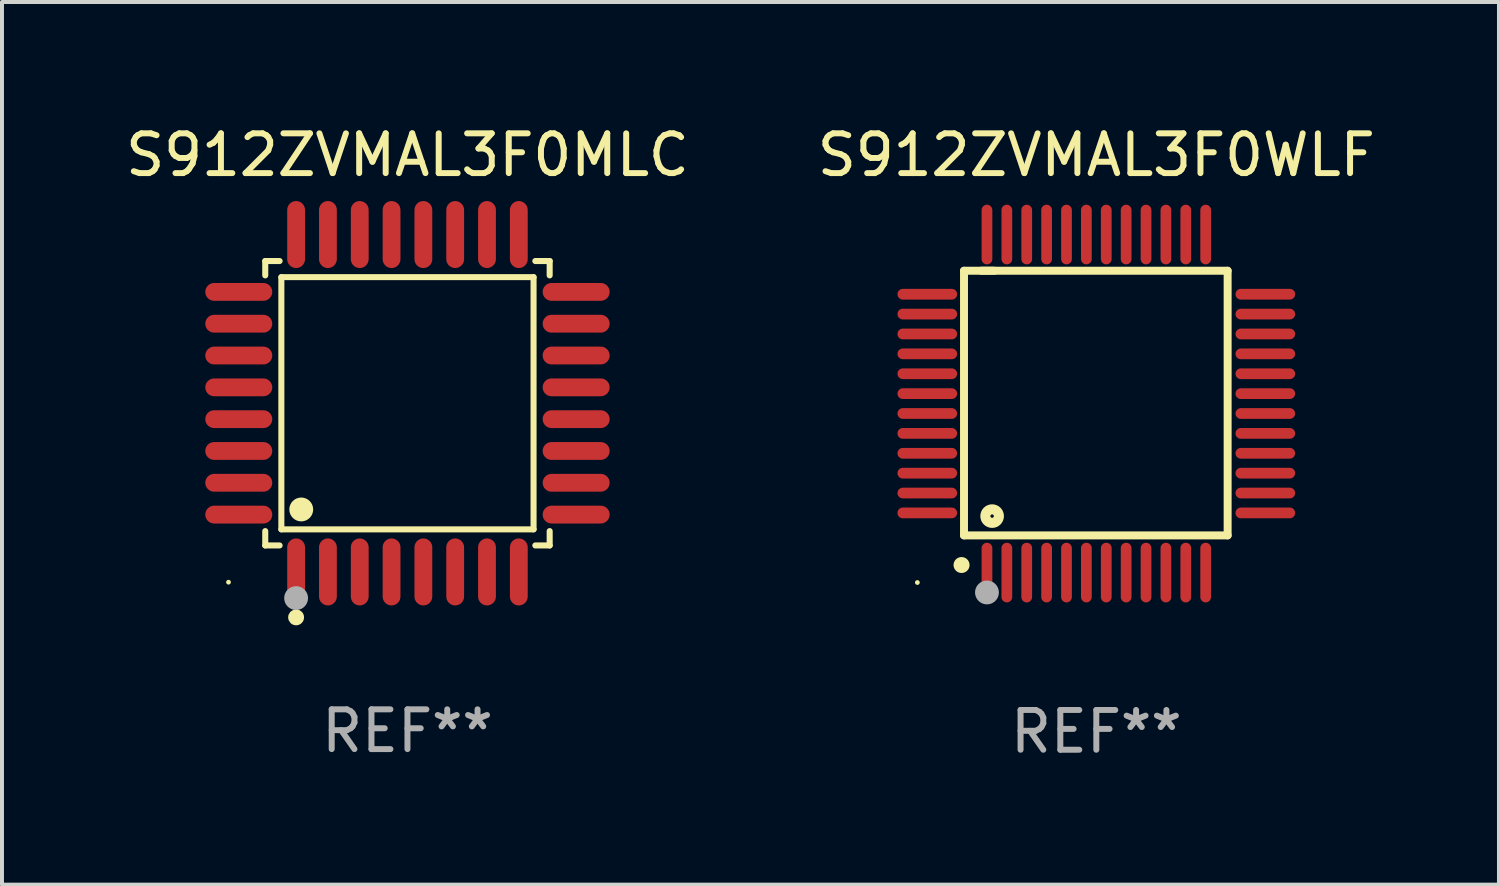
<source format=kicad_pcb>
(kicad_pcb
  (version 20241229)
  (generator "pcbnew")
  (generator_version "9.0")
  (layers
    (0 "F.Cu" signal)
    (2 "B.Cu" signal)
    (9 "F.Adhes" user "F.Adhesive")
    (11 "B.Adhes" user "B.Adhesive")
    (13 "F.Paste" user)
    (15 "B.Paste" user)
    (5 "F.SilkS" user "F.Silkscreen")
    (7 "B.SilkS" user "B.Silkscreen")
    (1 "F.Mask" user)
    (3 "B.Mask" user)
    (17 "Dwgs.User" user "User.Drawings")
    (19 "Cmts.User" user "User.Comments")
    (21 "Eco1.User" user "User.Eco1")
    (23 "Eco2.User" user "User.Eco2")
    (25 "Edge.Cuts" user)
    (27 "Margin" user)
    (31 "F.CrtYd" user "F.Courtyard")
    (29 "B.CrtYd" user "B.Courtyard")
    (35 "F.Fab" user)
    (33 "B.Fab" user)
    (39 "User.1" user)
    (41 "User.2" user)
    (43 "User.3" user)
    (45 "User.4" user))
  (footprint "S912ZVMAL3F0MLC"
    (layer "F.Cu")
    (at 7.196 7.09)
    (property "Reference" "S912ZVMAL3F0MLC" (at 0 -6.242 0) (layer "F.SilkS") (effects (font (size 1 1) (thickness 0.15))))
    (attr through_hole)
    (fp_line (start -3.576 -3.576) (end -3.215 -3.576) (stroke (width 0.152) (type solid)) (layer "F.SilkS"))
    (fp_line (start -3.576 -3.215) (end -3.576 -3.576) (stroke (width 0.152) (type solid)) (layer "F.SilkS"))
    (fp_line (start -3.576 3.215) (end -3.576 3.576) (stroke (width 0.152) (type solid)) (layer "F.SilkS"))
    (fp_line (start -3.576 3.576) (end -3.215 3.576) (stroke (width 0.152) (type solid)) (layer "F.SilkS"))
    (fp_line (start -3.171 -3.171) (end 3.171 -3.171) (stroke (width 0.152) (type solid)) (layer "F.SilkS"))
    (fp_line (start -3.171 3.171) (end -3.171 -3.171) (stroke (width 0.152) (type solid)) (layer "F.SilkS"))
    (fp_line (start 3.171 -3.171) (end 3.171 3.171) (stroke (width 0.152) (type solid)) (layer "F.SilkS"))
    (fp_line (start 3.171 3.171) (end -3.171 3.171) (stroke (width 0.152) (type solid)) (layer "F.SilkS"))
    (fp_line (start 3.576 -3.576) (end 3.215 -3.576) (stroke (width 0.152) (type solid)) (layer "F.SilkS"))
    (fp_line (start 3.576 -3.215) (end 3.576 -3.576) (stroke (width 0.152) (type solid)) (layer "F.SilkS"))
    (fp_line (start 3.576 3.215) (end 3.576 3.576) (stroke (width 0.152) (type solid)) (layer "F.SilkS"))
    (fp_line (start 3.576 3.576) (end 3.215 3.576) (stroke (width 0.152) (type solid)) (layer "F.SilkS"))
    (fp_circle (center -4.5 4.5) (end -4.47 4.5) (stroke (width 0.06) (type solid)) (fill no) (layer "F.SilkS"))
    (fp_circle (center -2.8 5.384) (end -2.7 5.384) (stroke (width 0.2) (type solid)) (fill no) (layer "F.SilkS"))
    (fp_circle (center -2.671 2.671) (end -2.521 2.671) (stroke (width 0.3) (type solid)) (fill no) (layer "F.SilkS"))
    (fp_circle (center -2.8 4.9) (end -2.65 4.9) (stroke (width 0.3) (type solid)) (fill no) (layer "F.Fab"))
    (fp_text user "REF**" (at 0 8.242 0) (layer "F.Fab") (effects (font (size 1 1) (thickness 0.15))))
    (pad "1" smd oval (at -2.8 4.242) (size 0.448 1.684) (layers "F.Cu" "F.Mask" "F.Paste"))
    (pad "2" smd oval (at -2 4.242) (size 0.448 1.684) (layers "F.Cu" "F.Mask" "F.Paste"))
    (pad "3" smd oval (at -1.2 4.242) (size 0.448 1.684) (layers "F.Cu" "F.Mask" "F.Paste"))
    (pad "4" smd oval (at -0.4 4.242) (size 0.448 1.684) (layers "F.Cu" "F.Mask" "F.Paste"))
    (pad "5" smd oval (at 0.4 4.242) (size 0.448 1.684) (layers "F.Cu" "F.Mask" "F.Paste"))
    (pad "6" smd oval (at 1.2 4.242) (size 0.448 1.684) (layers "F.Cu" "F.Mask" "F.Paste"))
    (pad "7" smd oval (at 2 4.242) (size 0.448 1.684) (layers "F.Cu" "F.Mask" "F.Paste"))
    (pad "8" smd oval (at 2.8 4.242) (size 0.448 1.684) (layers "F.Cu" "F.Mask" "F.Paste"))
    (pad "9" smd oval (at 4.242 2.8) (size 1.684 0.448) (layers "F.Cu" "F.Mask" "F.Paste"))
    (pad "10" smd oval (at 4.242 2) (size 1.684 0.448) (layers "F.Cu" "F.Mask" "F.Paste"))
    (pad "11" smd oval (at 4.242 1.2) (size 1.684 0.448) (layers "F.Cu" "F.Mask" "F.Paste"))
    (pad "12" smd oval (at 4.242 0.4) (size 1.684 0.448) (layers "F.Cu" "F.Mask" "F.Paste"))
    (pad "13" smd oval (at 4.242 -0.4) (size 1.684 0.448) (layers "F.Cu" "F.Mask" "F.Paste"))
    (pad "14" smd oval (at 4.242 -1.2) (size 1.684 0.448) (layers "F.Cu" "F.Mask" "F.Paste"))
    (pad "15" smd oval (at 4.242 -2) (size 1.684 0.448) (layers "F.Cu" "F.Mask" "F.Paste"))
    (pad "16" smd oval (at 4.242 -2.8) (size 1.684 0.448) (layers "F.Cu" "F.Mask" "F.Paste"))
    (pad "17" smd oval (at 2.8 -4.242) (size 0.448 1.684) (layers "F.Cu" "F.Mask" "F.Paste"))
    (pad "18" smd oval (at 2 -4.242) (size 0.448 1.684) (layers "F.Cu" "F.Mask" "F.Paste"))
    (pad "19" smd oval (at 1.2 -4.242) (size 0.448 1.684) (layers "F.Cu" "F.Mask" "F.Paste"))
    (pad "20" smd oval (at 0.4 -4.242) (size 0.448 1.684) (layers "F.Cu" "F.Mask" "F.Paste"))
    (pad "21" smd oval (at -0.4 -4.242) (size 0.448 1.684) (layers "F.Cu" "F.Mask" "F.Paste"))
    (pad "22" smd oval (at -1.2 -4.242) (size 0.448 1.684) (layers "F.Cu" "F.Mask" "F.Paste"))
    (pad "23" smd oval (at -2 -4.242) (size 0.448 1.684) (layers "F.Cu" "F.Mask" "F.Paste"))
    (pad "24" smd oval (at -2.8 -4.242) (size 0.448 1.684) (layers "F.Cu" "F.Mask" "F.Paste"))
    (pad "25" smd oval (at -4.242 -2.8) (size 1.684 0.448) (layers "F.Cu" "F.Mask" "F.Paste"))
    (pad "26" smd oval (at -4.242 -2) (size 1.684 0.448) (layers "F.Cu" "F.Mask" "F.Paste"))
    (pad "27" smd oval (at -4.242 -1.2) (size 1.684 0.448) (layers "F.Cu" "F.Mask" "F.Paste"))
    (pad "28" smd oval (at -4.242 -0.4) (size 1.684 0.448) (layers "F.Cu" "F.Mask" "F.Paste"))
    (pad "29" smd oval (at -4.242 0.4) (size 1.684 0.448) (layers "F.Cu" "F.Mask" "F.Paste"))
    (pad "30" smd oval (at -4.242 1.2) (size 1.684 0.448) (layers "F.Cu" "F.Mask" "F.Paste"))
    (pad "31" smd oval (at -4.242 2) (size 1.684 0.448) (layers "F.Cu" "F.Mask" "F.Paste"))
    (pad "32" smd oval (at -4.242 2.8) (size 1.684 0.448) (layers "F.Cu" "F.Mask" "F.Paste")))
  (footprint "S912ZVMAL3F0WLF"
    (layer "F.Cu")
    (at 24.518 7.098)
    (property "Reference" "S912ZVMAL3F0WLF" (at 0 -6.25 0) (layer "F.SilkS") (effects (font (size 1 1) (thickness 0.15))))
    (attr through_hole)
    (fp_line (start -3.327 -3.34) (end -2.565 -3.34) (stroke (width 0.2) (type solid)) (layer "F.SilkS"))
    (fp_line (start -3.327 3.315) (end -3.327 -3.34) (stroke (width 0.2) (type solid)) (layer "F.SilkS"))
    (fp_line (start -2.896 -3.34) (end 3.302 -3.34) (stroke (width 0.2) (type solid)) (layer "F.SilkS"))
    (fp_line (start 3.302 -3.34) (end 3.302 3.315) (stroke (width 0.2) (type solid)) (layer "F.SilkS"))
    (fp_line (start 3.302 3.315) (end -3.327 3.315) (stroke (width 0.2) (type solid)) (layer "F.SilkS"))
    (fp_arc (start -3.389992 4.059995) (mid -3.388722 4.059991) (end -3.387452 4.059995) (stroke (width 0.4) (type solid)) (layer "F.SilkS"))
    (fp_circle (center -4.5 4.5) (end -4.47 4.5) (stroke (width 0.06) (type solid)) (fill no) (layer "F.SilkS"))
    (fp_circle (center -2.62 2.83) (end -2.45 2.83) (stroke (width 0.254) (type solid)) (fill no) (layer "F.SilkS"))
    (fp_circle (center -2.75 4.75) (end -2.6 4.75) (stroke (width 0.3) (type solid)) (fill no) (layer "F.Fab"))
    (fp_text user "REF**" (at 0 8.25 0) (layer "F.Fab") (effects (font (size 1 1) (thickness 0.15))))
    (pad "1" smd oval (at -2.75 4.25) (size 0.27 1.5) (layers "F.Cu" "F.Mask" "F.Paste"))
    (pad "2" smd oval (at -2.25 4.25) (size 0.27 1.5) (layers "F.Cu" "F.Mask" "F.Paste"))
    (pad "3" smd oval (at -1.75 4.25) (size 0.27 1.5) (layers "F.Cu" "F.Mask" "F.Paste"))
    (pad "4" smd oval (at -1.25 4.25) (size 0.27 1.5) (layers "F.Cu" "F.Mask" "F.Paste"))
    (pad "5" smd oval (at -0.75 4.25) (size 0.27 1.5) (layers "F.Cu" "F.Mask" "F.Paste"))
    (pad "6" smd oval (at -0.25 4.25) (size 0.27 1.5) (layers "F.Cu" "F.Mask" "F.Paste"))
    (pad "7" smd oval (at 0.25 4.25) (size 0.27 1.5) (layers "F.Cu" "F.Mask" "F.Paste"))
    (pad "8" smd oval (at 0.75 4.25) (size 0.27 1.5) (layers "F.Cu" "F.Mask" "F.Paste"))
    (pad "9" smd oval (at 1.25 4.25) (size 0.27 1.5) (layers "F.Cu" "F.Mask" "F.Paste"))
    (pad "10" smd oval (at 1.75 4.25) (size 0.27 1.5) (layers "F.Cu" "F.Mask" "F.Paste"))
    (pad "11" smd oval (at 2.25 4.25) (size 0.27 1.5) (layers "F.Cu" "F.Mask" "F.Paste"))
    (pad "12" smd oval (at 2.75 4.25) (size 0.27 1.5) (layers "F.Cu" "F.Mask" "F.Paste"))
    (pad "13" smd oval (at 4.25 2.75) (size 1.5 0.27) (layers "F.Cu" "F.Mask" "F.Paste"))
    (pad "14" smd oval (at 4.25 2.25) (size 1.5 0.27) (layers "F.Cu" "F.Mask" "F.Paste"))
    (pad "15" smd oval (at 4.25 1.75) (size 1.5 0.27) (layers "F.Cu" "F.Mask" "F.Paste"))
    (pad "16" smd oval (at 4.25 1.25) (size 1.5 0.27) (layers "F.Cu" "F.Mask" "F.Paste"))
    (pad "17" smd oval (at 4.25 0.75) (size 1.5 0.27) (layers "F.Cu" "F.Mask" "F.Paste"))
    (pad "18" smd oval (at 4.25 0.25) (size 1.5 0.27) (layers "F.Cu" "F.Mask" "F.Paste"))
    (pad "19" smd oval (at 4.25 -0.25) (size 1.5 0.27) (layers "F.Cu" "F.Mask" "F.Paste"))
    (pad "20" smd oval (at 4.25 -0.75) (size 1.5 0.27) (layers "F.Cu" "F.Mask" "F.Paste"))
    (pad "21" smd oval (at 4.25 -1.25) (size 1.5 0.27) (layers "F.Cu" "F.Mask" "F.Paste"))
    (pad "22" smd oval (at 4.25 -1.75) (size 1.5 0.27) (layers "F.Cu" "F.Mask" "F.Paste"))
    (pad "23" smd oval (at 4.25 -2.25) (size 1.5 0.27) (layers "F.Cu" "F.Mask" "F.Paste"))
    (pad "24" smd oval (at 4.25 -2.75) (size 1.5 0.27) (layers "F.Cu" "F.Mask" "F.Paste"))
    (pad "25" smd oval (at 2.75 -4.25) (size 0.27 1.5) (layers "F.Cu" "F.Mask" "F.Paste"))
    (pad "26" smd oval (at 2.25 -4.25) (size 0.27 1.5) (layers "F.Cu" "F.Mask" "F.Paste"))
    (pad "27" smd oval (at 1.75 -4.25) (size 0.27 1.5) (layers "F.Cu" "F.Mask" "F.Paste"))
    (pad "28" smd oval (at 1.25 -4.25) (size 0.27 1.5) (layers "F.Cu" "F.Mask" "F.Paste"))
    (pad "29" smd oval (at 0.75 -4.25) (size 0.27 1.5) (layers "F.Cu" "F.Mask" "F.Paste"))
    (pad "30" smd oval (at 0.25 -4.25) (size 0.27 1.5) (layers "F.Cu" "F.Mask" "F.Paste"))
    (pad "31" smd oval (at -0.25 -4.25) (size 0.27 1.5) (layers "F.Cu" "F.Mask" "F.Paste"))
    (pad "32" smd oval (at -0.75 -4.25) (size 0.27 1.5) (layers "F.Cu" "F.Mask" "F.Paste"))
    (pad "33" smd oval (at -1.25 -4.25) (size 0.27 1.5) (layers "F.Cu" "F.Mask" "F.Paste"))
    (pad "34" smd oval (at -1.75 -4.25) (size 0.27 1.5) (layers "F.Cu" "F.Mask" "F.Paste"))
    (pad "35" smd oval (at -2.25 -4.25) (size 0.27 1.5) (layers "F.Cu" "F.Mask" "F.Paste"))
    (pad "36" smd oval (at -2.75 -4.25) (size 0.27 1.5) (layers "F.Cu" "F.Mask" "F.Paste"))
    (pad "37" smd oval (at -4.25 -2.75) (size 1.5 0.27) (layers "F.Cu" "F.Mask" "F.Paste"))
    (pad "38" smd oval (at -4.25 -2.25) (size 1.5 0.27) (layers "F.Cu" "F.Mask" "F.Paste"))
    (pad "39" smd oval (at -4.25 -1.75) (size 1.5 0.27) (layers "F.Cu" "F.Mask" "F.Paste"))
    (pad "40" smd oval (at -4.25 -1.25) (size 1.5 0.27) (layers "F.Cu" "F.Mask" "F.Paste"))
    (pad "41" smd oval (at -4.25 -0.75) (size 1.5 0.27) (layers "F.Cu" "F.Mask" "F.Paste"))
    (pad "42" smd oval (at -4.25 -0.25) (size 1.5 0.27) (layers "F.Cu" "F.Mask" "F.Paste"))
    (pad "43" smd oval (at -4.25 0.25) (size 1.5 0.27) (layers "F.Cu" "F.Mask" "F.Paste"))
    (pad "44" smd oval (at -4.25 0.75) (size 1.5 0.27) (layers "F.Cu" "F.Mask" "F.Paste"))
    (pad "45" smd oval (at -4.25 1.25) (size 1.5 0.27) (layers "F.Cu" "F.Mask" "F.Paste"))
    (pad "46" smd oval (at -4.25 1.75) (size 1.5 0.27) (layers "F.Cu" "F.Mask" "F.Paste"))
    (pad "47" smd oval (at -4.25 2.25) (size 1.5 0.27) (layers "F.Cu" "F.Mask" "F.Paste"))
    (pad "48" smd oval (at -4.25 2.75) (size 1.5 0.27) (layers "F.Cu" "F.Mask" "F.Paste")))
  (gr_rect
    (start -3 -3)
    (end 34.643 19.196)
    (stroke (width 0.1) (type default))
    (fill no)
    (layer "Edge.Cuts")))
</source>
